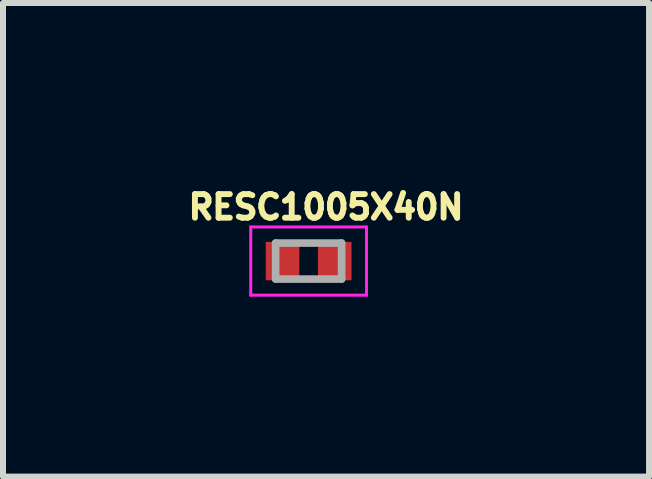
<source format=kicad_pcb>
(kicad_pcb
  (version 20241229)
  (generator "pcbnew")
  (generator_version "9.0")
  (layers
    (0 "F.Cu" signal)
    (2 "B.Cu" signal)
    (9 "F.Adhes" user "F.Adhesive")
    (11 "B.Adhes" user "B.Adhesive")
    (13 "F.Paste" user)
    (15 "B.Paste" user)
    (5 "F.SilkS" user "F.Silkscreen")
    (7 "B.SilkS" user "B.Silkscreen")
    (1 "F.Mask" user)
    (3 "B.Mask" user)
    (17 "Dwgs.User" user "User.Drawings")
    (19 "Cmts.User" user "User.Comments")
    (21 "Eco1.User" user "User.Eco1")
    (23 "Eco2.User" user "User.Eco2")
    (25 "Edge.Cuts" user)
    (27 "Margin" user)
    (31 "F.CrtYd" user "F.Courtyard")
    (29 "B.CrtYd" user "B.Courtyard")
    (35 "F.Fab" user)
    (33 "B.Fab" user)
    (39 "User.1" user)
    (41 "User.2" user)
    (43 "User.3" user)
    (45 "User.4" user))
  (footprint "RESC1005X40N"
    (layer "F.Cu")
    (at 2.096 1.303)
    (property "Reference" "RESC1005X40N" (at 0.29 -0.9 0) (layer "F.SilkS") (effects (font (size 0.394 0.394) (thickness 0.15))))
    (attr smd)
    (fp_line (start -0.965 -0.569) (end 0.965 -0.569) (stroke (width 0.05) (type solid)) (layer "F.CrtYd"))
    (fp_line (start -0.965 0.569) (end -0.965 -0.569) (stroke (width 0.05) (type solid)) (layer "F.CrtYd"))
    (fp_line (start -0.965 0.569) (end 0.965 0.569) (stroke (width 0.05) (type solid)) (layer "F.CrtYd"))
    (fp_line (start 0.965 0.569) (end 0.965 -0.569) (stroke (width 0.05) (type solid)) (layer "F.CrtYd"))
    (fp_line (start -0.55 0.3) (end -0.55 -0.3) (stroke (width 0.127) (type solid)) (layer "F.Fab"))
    (fp_line (start 0.55 -0.3) (end -0.55 -0.3) (stroke (width 0.127) (type solid)) (layer "F.Fab"))
    (fp_line (start 0.55 0.3) (end -0.55 0.3) (stroke (width 0.127) (type solid)) (layer "F.Fab"))
    (fp_line (start 0.55 0.3) (end 0.55 -0.3) (stroke (width 0.127) (type solid)) (layer "F.Fab"))
    (pad "1" smd rect (at -0.435 0) (size 0.56 0.64) (layers "F.Cu" "F.Mask" "F.Paste"))
    (pad "2" smd rect (at 0.435 0) (size 0.56 0.64) (layers "F.Cu" "F.Mask" "F.Paste")))
  (gr_rect
    (start -3 -3)
    (end 7.772 4.897)
    (stroke (width 0.1) (type default))
    (fill no)
    (layer "Edge.Cuts")))
</source>
